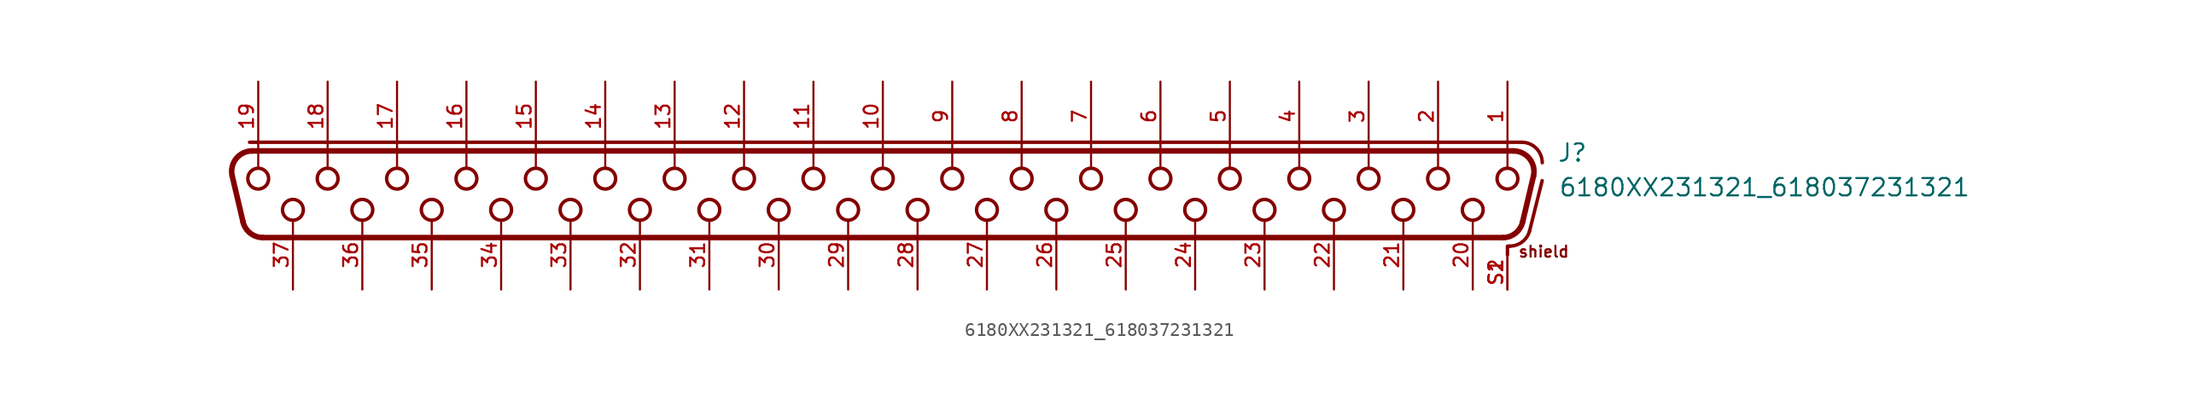
<source format=kicad_sym>
(kicad_symbol_lib
  (version 20211014)
  (generator kicad_symbol_editor)
  (symbol "6180XX231321_618037231321"
    (pin_names
      (offset 1.016))
    (property "Reference" "J"
      (at 49.34 1.66 0)
      (effects (font (size 1.27 1.27)) (justify bottom left)))
    (property "Value" "6180XX231321_618037231321"
      (at 49.44 -0.88 0)
      (effects (font (size 1.27 1.27)) (justify bottom left)))
    (symbol "6180XX231321_618037231321_0_0"
      (polyline (pts (xy -46.164 2.54) (xy 46.164 2.54)) (stroke (width 0.406)))
      (arc (start 47.6242125 0.695165625) (mid 47.3383 1.9738) (end 46.1643875 2.54) (stroke (width 0.4064) (type default) (color 0 0 0 0)) (fill (type none)))
      (polyline (pts (xy 47.624 0.695) (xy 46.833 -2.655)) (stroke (width 0.406)))
      (arc (start 45.37305 -3.81) (mid 46.3008 -3.4886) (end 46.832871875 -2.65484375) (stroke (width 0.4064) (type default) (color 0 0 0 0)) (fill (type none)))
      (polyline (pts (xy 45.373 -3.81) (xy -45.373 -3.81)) (stroke (width 0.406)))
      (arc (start -47.6242125 0.695165625) (mid -47.3383 1.9738) (end -46.1643875 2.54) (stroke (width 0.4064) (type default) (color 0 0 0 0)) (fill (type none)))
      (arc (start -46.832871875 -2.65484375) (mid -46.3068 -3.4839) (end -45.37305 -3.81) (stroke (width 0.4064) (type default) (color 0 0 0 0)) (fill (type none)))
      (polyline (pts (xy -46.833 -2.655) (xy -47.624 0.695)) (stroke (width 0.406)))
      (polyline (pts (xy -46.355 3.175) (xy 46.76 3.175)) (stroke (width 0.254)))
      (arc (start 48.26 1.675) (mid 47.8207 2.7357) (end 46.76 3.175) (stroke (width 0.254) (type default) (color 0 0 0 0)) (fill (type none)))
      (polyline (pts (xy 45.72 -4.445) (xy 45.72 -5.08)) (stroke (width 0.254)))
      (polyline (pts (xy 45.76 -4.44) (xy 45.889 -4.44)) (stroke (width 0.254)))
      (arc (start 47.34405 -3.3038) (mid 46.8123 -4.122) (end 45.888834375 -4.44) (stroke (width 0.254) (type default) (color 0 0 0 0)) (fill (type none)))
      (polyline (pts (xy 47.344 -3.304) (xy 48.26 0.36)) (stroke (width 0.254)))
      (polyline (pts (xy -45.72 2.58) (xy -45.72 1.3)) (stroke (width 0.152)))
      (polyline (pts (xy 30.48 2.58) (xy 30.48 1.3)) (stroke (width 0.152)))
      (polyline (pts (xy 35.56 2.58) (xy 35.56 1.3)) (stroke (width 0.152)))
      (polyline (pts (xy 40.64 2.58) (xy 40.64 1.3)) (stroke (width 0.152)))
      (polyline (pts (xy 45.72 2.58) (xy 45.72 1.3)) (stroke (width 0.152)))
      (polyline (pts (xy 15.24 2.58) (xy 15.24 1.3)) (stroke (width 0.152)))
      (polyline (pts (xy 20.32 2.58) (xy 20.32 1.3)) (stroke (width 0.152)))
      (polyline (pts (xy 25.4 2.58) (xy 25.4 1.3)) (stroke (width 0.152)))
      (polyline (pts (xy 0.0 2.58) (xy 0.0 1.3)) (stroke (width 0.152)))
      (polyline (pts (xy 5.08 2.58) (xy 5.08 1.3)) (stroke (width 0.152)))
      (polyline (pts (xy 10.16 2.58) (xy 10.16 1.3)) (stroke (width 0.152)))
      (polyline (pts (xy -10.16 2.58) (xy -10.16 1.3)) (stroke (width 0.152)))
      (polyline (pts (xy -5.08 2.58) (xy -5.08 1.3)) (stroke (width 0.152)))
      (polyline (pts (xy -25.4 2.58) (xy -25.4 1.3)) (stroke (width 0.152)))
      (polyline (pts (xy -20.32 2.58) (xy -20.32 1.3)) (stroke (width 0.152)))
      (polyline (pts (xy -15.24 2.58) (xy -15.24 1.3)) (stroke (width 0.152)))
      (polyline (pts (xy -35.56 2.58) (xy -35.56 1.3)) (stroke (width 0.152)))
      (polyline (pts (xy -30.48 2.58) (xy -30.48 1.3)) (stroke (width 0.152)))
      (polyline (pts (xy -40.64 2.58) (xy -40.64 1.3)) (stroke (width 0.152)))
      (text "shield" (at 46.46 -5.32 0) (effects (font (size 0.813 0.813)) (justify bottom left)))
      (circle (center 45.72 0.508) (radius 0.762) (stroke (width 0.254)) (fill (type none)))
      (circle (center 40.64 0.508) (radius 0.762) (stroke (width 0.254)) (fill (type none)))
      (circle (center 35.56 0.508) (radius 0.762) (stroke (width 0.254)) (fill (type none)))
      (circle (center 30.48 0.508) (radius 0.762) (stroke (width 0.254)) (fill (type none)))
      (circle (center -45.72 0.508) (radius 0.762) (stroke (width 0.254)) (fill (type none)))
      (circle (center 43.18 -1.778) (radius 0.762) (stroke (width 0.254)) (fill (type none)))
      (circle (center 38.1 -1.778) (radius 0.762) (stroke (width 0.254)) (fill (type none)))
      (circle (center 33.02 -1.778) (radius 0.762) (stroke (width 0.254)) (fill (type none)))
      (circle (center 27.94 -1.778) (radius 0.762) (stroke (width 0.254)) (fill (type none)))
      (circle (center 20.32 0.508) (radius 0.762) (stroke (width 0.254)) (fill (type none)))
      (circle (center 15.24 0.508) (radius 0.762) (stroke (width 0.254)) (fill (type none)))
      (circle (center 22.86 -1.778) (radius 0.762) (stroke (width 0.254)) (fill (type none)))
      (circle (center 17.78 -1.778) (radius 0.762) (stroke (width 0.254)) (fill (type none)))
      (circle (center 12.7 -1.778) (radius 0.762) (stroke (width 0.254)) (fill (type none)))
      (circle (center 25.4 0.508) (radius 0.762) (stroke (width 0.254)) (fill (type none)))
      (circle (center 5.08 0.508) (radius 0.762) (stroke (width 0.254)) (fill (type none)))
      (circle (center 0.0 0.508) (radius 0.762) (stroke (width 0.254)) (fill (type none)))
      (circle (center 7.62 -1.778) (radius 0.762) (stroke (width 0.254)) (fill (type none)))
      (circle (center 2.54 -1.778) (radius 0.762) (stroke (width 0.254)) (fill (type none)))
      (circle (center -2.54 -1.778) (radius 0.762) (stroke (width 0.254)) (fill (type none)))
      (circle (center 10.16 0.508) (radius 0.762) (stroke (width 0.254)) (fill (type none)))
      (circle (center -5.08 0.508) (radius 0.762) (stroke (width 0.254)) (fill (type none)))
      (circle (center -10.16 0.508) (radius 0.762) (stroke (width 0.254)) (fill (type none)))
      (circle (center -7.62 -1.778) (radius 0.762) (stroke (width 0.254)) (fill (type none)))
      (circle (center -12.7 -1.778) (radius 0.762) (stroke (width 0.254)) (fill (type none)))
      (circle (center -20.32 0.508) (radius 0.762) (stroke (width 0.254)) (fill (type none)))
      (circle (center -25.4 0.508) (radius 0.762) (stroke (width 0.254)) (fill (type none)))
      (circle (center -17.78 -1.778) (radius 0.762) (stroke (width 0.254)) (fill (type none)))
      (circle (center -22.86 -1.778) (radius 0.762) (stroke (width 0.254)) (fill (type none)))
      (circle (center -27.94 -1.778) (radius 0.762) (stroke (width 0.254)) (fill (type none)))
      (circle (center -15.24 0.508) (radius 0.762) (stroke (width 0.254)) (fill (type none)))
      (circle (center -30.48 0.508) (radius 0.762) (stroke (width 0.254)) (fill (type none)))
      (circle (center -35.56 0.508) (radius 0.762) (stroke (width 0.254)) (fill (type none)))
      (circle (center -33.02 -1.778) (radius 0.762) (stroke (width 0.254)) (fill (type none)))
      (circle (center -38.1 -1.778) (radius 0.762) (stroke (width 0.254)) (fill (type none)))
      (circle (center -40.64 0.508) (radius 0.762) (stroke (width 0.254)) (fill (type none)))
      (circle (center -43.18 -1.778) (radius 0.762) (stroke (width 0.254)) (fill (type none)))
      (pin bidirectional line (at 45.72 7.62 270.0) (length 5.08) (name "~" (effects (font (size 1.016 1.016)))) (number "1" (effects (font (size 1.016 1.016)))))
      (pin bidirectional line (at 40.64 7.62 270.0) (length 5.08) (name "~" (effects (font (size 1.016 1.016)))) (number "2" (effects (font (size 1.016 1.016)))))
      (pin bidirectional line (at 35.56 7.62 270.0) (length 5.08) (name "~" (effects (font (size 1.016 1.016)))) (number "3" (effects (font (size 1.016 1.016)))))
      (pin bidirectional line (at 30.48 7.62 270.0) (length 5.08) (name "~" (effects (font (size 1.016 1.016)))) (number "4" (effects (font (size 1.016 1.016)))))
      (pin bidirectional line (at 25.4 7.62 270.0) (length 5.08) (name "~" (effects (font (size 1.016 1.016)))) (number "5" (effects (font (size 1.016 1.016)))))
      (pin bidirectional line (at 20.32 7.62 270.0) (length 5.08) (name "~" (effects (font (size 1.016 1.016)))) (number "6" (effects (font (size 1.016 1.016)))))
      (pin bidirectional line (at 15.24 7.62 270.0) (length 5.08) (name "~" (effects (font (size 1.016 1.016)))) (number "7" (effects (font (size 1.016 1.016)))))
      (pin bidirectional line (at 10.16 7.62 270.0) (length 5.08) (name "~" (effects (font (size 1.016 1.016)))) (number "8" (effects (font (size 1.016 1.016)))))
      (pin bidirectional line (at 5.08 7.62 270.0) (length 5.08) (name "~" (effects (font (size 1.016 1.016)))) (number "9" (effects (font (size 1.016 1.016)))))
      (pin bidirectional line (at 0.0 7.62 270.0) (length 5.08) (name "~" (effects (font (size 1.016 1.016)))) (number "10" (effects (font (size 1.016 1.016)))))
      (pin bidirectional line (at -5.08 7.62 270.0) (length 5.08) (name "~" (effects (font (size 1.016 1.016)))) (number "11" (effects (font (size 1.016 1.016)))))
      (pin bidirectional line (at -10.16 7.62 270.0) (length 5.08) (name "~" (effects (font (size 1.016 1.016)))) (number "12" (effects (font (size 1.016 1.016)))))
      (pin bidirectional line (at -15.24 7.62 270.0) (length 5.08) (name "~" (effects (font (size 1.016 1.016)))) (number "13" (effects (font (size 1.016 1.016)))))
      (pin bidirectional line (at -20.32 7.62 270.0) (length 5.08) (name "~" (effects (font (size 1.016 1.016)))) (number "14" (effects (font (size 1.016 1.016)))))
      (pin bidirectional line (at -25.4 7.62 270.0) (length 5.08) (name "~" (effects (font (size 1.016 1.016)))) (number "15" (effects (font (size 1.016 1.016)))))
      (pin bidirectional line (at -30.48 7.62 270.0) (length 5.08) (name "~" (effects (font (size 1.016 1.016)))) (number "16" (effects (font (size 1.016 1.016)))))
      (pin bidirectional line (at -35.56 7.62 270.0) (length 5.08) (name "~" (effects (font (size 1.016 1.016)))) (number "17" (effects (font (size 1.016 1.016)))))
      (pin bidirectional line (at -40.64 7.62 270.0) (length 5.08) (name "~" (effects (font (size 1.016 1.016)))) (number "18" (effects (font (size 1.016 1.016)))))
      (pin bidirectional line (at -45.72 7.62 270.0) (length 5.08) (name "~" (effects (font (size 1.016 1.016)))) (number "19" (effects (font (size 1.016 1.016)))))
      (pin bidirectional line (at 43.18 -7.62 90.0) (length 5.08) (name "~" (effects (font (size 1.016 1.016)))) (number "20" (effects (font (size 1.016 1.016)))))
      (pin bidirectional line (at 38.1 -7.62 90.0) (length 5.08) (name "~" (effects (font (size 1.016 1.016)))) (number "21" (effects (font (size 1.016 1.016)))))
      (pin bidirectional line (at 33.02 -7.62 90.0) (length 5.08) (name "~" (effects (font (size 1.016 1.016)))) (number "22" (effects (font (size 1.016 1.016)))))
      (pin bidirectional line (at 27.94 -7.62 90.0) (length 5.08) (name "~" (effects (font (size 1.016 1.016)))) (number "23" (effects (font (size 1.016 1.016)))))
      (pin bidirectional line (at 22.86 -7.62 90.0) (length 5.08) (name "~" (effects (font (size 1.016 1.016)))) (number "24" (effects (font (size 1.016 1.016)))))
      (pin bidirectional line (at 17.78 -7.62 90.0) (length 5.08) (name "~" (effects (font (size 1.016 1.016)))) (number "25" (effects (font (size 1.016 1.016)))))
      (pin bidirectional line (at 12.7 -7.62 90.0) (length 5.08) (name "~" (effects (font (size 1.016 1.016)))) (number "26" (effects (font (size 1.016 1.016)))))
      (pin bidirectional line (at 7.62 -7.62 90.0) (length 5.08) (name "~" (effects (font (size 1.016 1.016)))) (number "27" (effects (font (size 1.016 1.016)))))
      (pin bidirectional line (at 2.54 -7.62 90.0) (length 5.08) (name "~" (effects (font (size 1.016 1.016)))) (number "28" (effects (font (size 1.016 1.016)))))
      (pin bidirectional line (at -2.54 -7.62 90.0) (length 5.08) (name "~" (effects (font (size 1.016 1.016)))) (number "29" (effects (font (size 1.016 1.016)))))
      (pin bidirectional line (at -7.62 -7.62 90.0) (length 5.08) (name "~" (effects (font (size 1.016 1.016)))) (number "30" (effects (font (size 1.016 1.016)))))
      (pin bidirectional line (at -12.7 -7.62 90.0) (length 5.08) (name "~" (effects (font (size 1.016 1.016)))) (number "31" (effects (font (size 1.016 1.016)))))
      (pin bidirectional line (at -17.78 -7.62 90.0) (length 5.08) (name "~" (effects (font (size 1.016 1.016)))) (number "32" (effects (font (size 1.016 1.016)))))
      (pin bidirectional line (at -22.86 -7.62 90.0) (length 5.08) (name "~" (effects (font (size 1.016 1.016)))) (number "33" (effects (font (size 1.016 1.016)))))
      (pin bidirectional line (at -27.94 -7.62 90.0) (length 5.08) (name "~" (effects (font (size 1.016 1.016)))) (number "34" (effects (font (size 1.016 1.016)))))
      (pin bidirectional line (at -33.02 -7.62 90.0) (length 5.08) (name "~" (effects (font (size 1.016 1.016)))) (number "35" (effects (font (size 1.016 1.016)))))
      (pin bidirectional line (at -38.1 -7.62 90.0) (length 5.08) (name "~" (effects (font (size 1.016 1.016)))) (number "36" (effects (font (size 1.016 1.016)))))
      (pin bidirectional line (at -43.18 -7.62 90.0) (length 5.08) (name "~" (effects (font (size 1.016 1.016)))) (number "37" (effects (font (size 1.016 1.016)))))
      (pin bidirectional line (at 45.72 -7.62 90.0) (length 2.54) (name "~" (effects (font (size 1.016 1.016)))) (number "S1" (effects (font (size 1.016 1.016)))))
      (pin bidirectional line (at 45.72 -7.62 90.0) (length 2.54) (name "~" (effects (font (size 1.016 1.016)))) (number "S2" (effects (font (size 1.016 1.016))))))))
</source>
